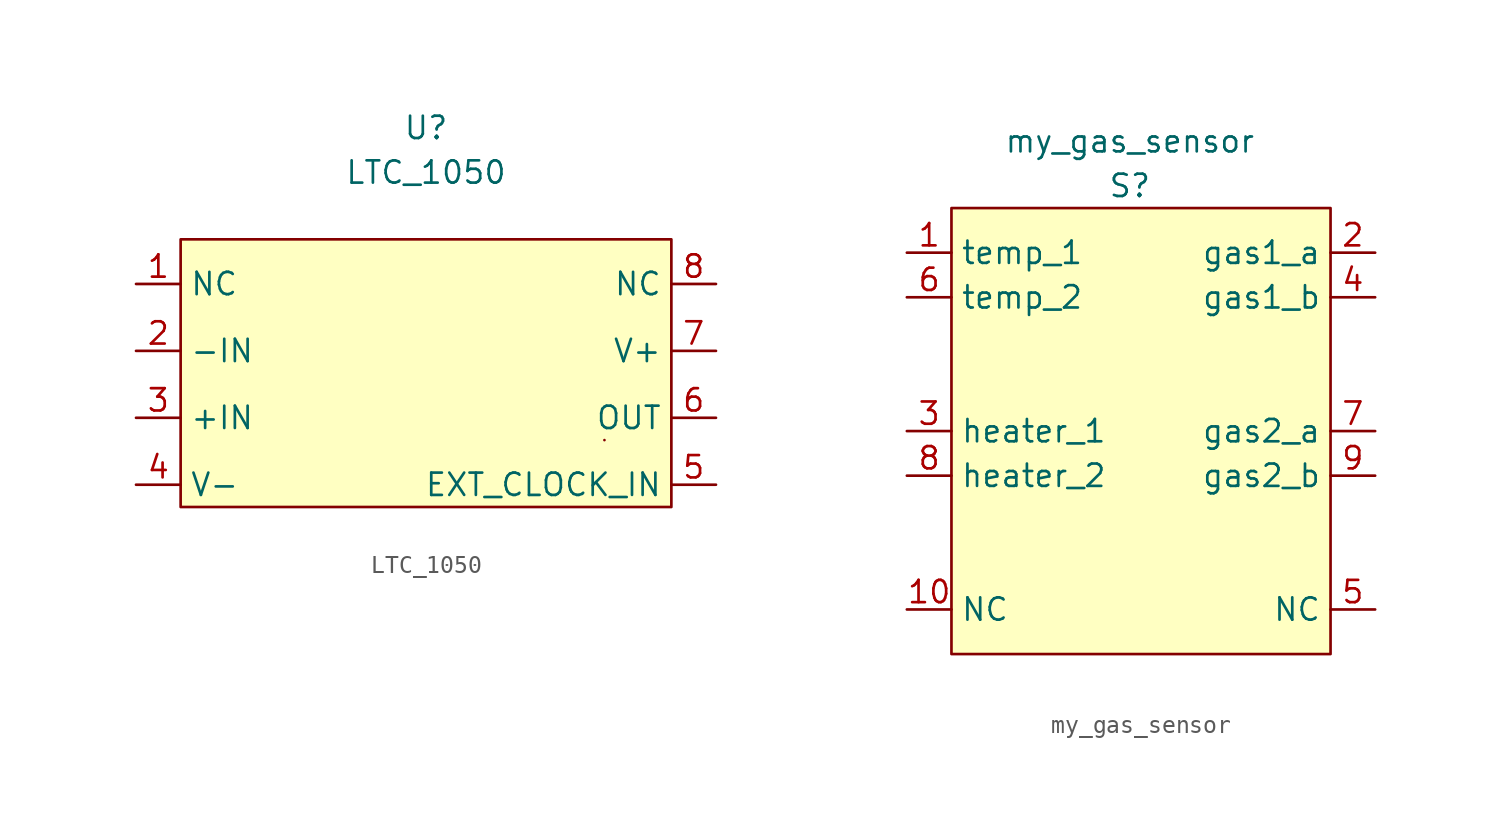
<source format=kicad_sym>
(kicad_symbol_lib
  (version 20211014)
  (generator kicad_symbol_editor)
  (symbol "LTC_1050"
    (property "Reference" "U"
      (at 0 1.27 0)
      (effects (font (size 1.27 1.27))))
    (property "Value" "LTC_1050"
      (at 0 -1.27 0)
      (effects (font (size 1.27 1.27))))
    (symbol "LTC_1050_0_1"
      (rectangle (start -13.97 -5.08) (end 13.97 -20.32) (stroke (width 0.152) (type default) (color 0 0 0 0)) (fill (type background)))
      (rectangle (start 10.16 -16.51) (end 10.16 -16.51) (stroke (width 0.152) (type default) (color 0 0 0 0)) (fill (type none))))
    (symbol "LTC_1050_1_1"
      (pin passive line (at -16.51 -7.62 0) (length 2.54) (name "NC" (effects (font (size 1.27 1.27)))) (number "1" (effects (font (size 1.27 1.27)))))
      (pin passive line (at -16.51 -11.43 0) (length 2.54) (name "-IN" (effects (font (size 1.27 1.27)))) (number "2" (effects (font (size 1.27 1.27)))))
      (pin passive line (at -16.51 -15.24 0) (length 2.54) (name "+IN" (effects (font (size 1.27 1.27)))) (number "3" (effects (font (size 1.27 1.27)))))
      (pin passive line (at -16.51 -19.05 0) (length 2.54) (name "V-" (effects (font (size 1.27 1.27)))) (number "4" (effects (font (size 1.27 1.27)))))
      (pin passive line (at 16.51 -19.05 180) (length 2.54) (name "EXT_CLOCK_IN" (effects (font (size 1.27 1.27)))) (number "5" (effects (font (size 1.27 1.27)))))
      (pin passive line (at 16.51 -15.24 180) (length 2.54) (name "OUT" (effects (font (size 1.27 1.27)))) (number "6" (effects (font (size 1.27 1.27)))))
      (pin passive line (at 16.51 -11.43 180) (length 2.54) (name "V+" (effects (font (size 1.27 1.27)))) (number "7" (effects (font (size 1.27 1.27)))))
      (pin passive line (at 16.51 -7.62 180) (length 2.54) (name "NC" (effects (font (size 1.27 1.27)))) (number "8" (effects (font (size 1.27 1.27)))))))
  (symbol "my_gas_sensor"
    (property "Reference" "S"
      (at 2.54 8.89 0)
      (effects (font (size 1.27 1.27))))
    (property "Value" "my_gas_sensor"
      (at 2.54 11.43 0)
      (effects (font (size 1.27 1.27))))
    (symbol "my_gas_sensor_0_1"
      (rectangle (start -7.62 7.62) (end 13.97 -17.78) (stroke (width 0.152) (type default) (color 0 0 0 0)) (fill (type background))))
    (symbol "my_gas_sensor_1_1"
      (pin passive line (at -10.16 5.08 0) (length 2.54) (name "temp_1" (effects (font (size 1.27 1.27)))) (number "1" (effects (font (size 1.27 1.27)))))
      (pin passive line (at -10.16 -15.24 0) (length 2.54) (name "NC" (effects (font (size 1.27 1.27)))) (number "10" (effects (font (size 1.27 1.27)))))
      (pin passive line (at 16.51 5.08 180) (length 2.54) (name "gas1_a" (effects (font (size 1.27 1.27)))) (number "2" (effects (font (size 1.27 1.27)))))
      (pin passive line (at -10.16 -5.08 0) (length 2.54) (name "heater_1" (effects (font (size 1.27 1.27)))) (number "3" (effects (font (size 1.27 1.27)))))
      (pin passive line (at 16.51 2.54 180) (length 2.54) (name "gas1_b" (effects (font (size 1.27 1.27)))) (number "4" (effects (font (size 1.27 1.27)))))
      (pin passive line (at 16.51 -15.24 180) (length 2.54) (name "NC" (effects (font (size 1.27 1.27)))) (number "5" (effects (font (size 1.27 1.27)))))
      (pin passive line (at -10.16 2.54 0) (length 2.54) (name "temp_2" (effects (font (size 1.27 1.27)))) (number "6" (effects (font (size 1.27 1.27)))))
      (pin passive line (at 16.51 -5.08 180) (length 2.54) (name "gas2_a" (effects (font (size 1.27 1.27)))) (number "7" (effects (font (size 1.27 1.27)))))
      (pin passive line (at -10.16 -7.62 0) (length 2.54) (name "heater_2" (effects (font (size 1.27 1.27)))) (number "8" (effects (font (size 1.27 1.27)))))
      (pin passive line (at 16.51 -7.62 180) (length 2.54) (name "gas2_b" (effects (font (size 1.27 1.27)))) (number "9" (effects (font (size 1.27 1.27))))))))
</source>
